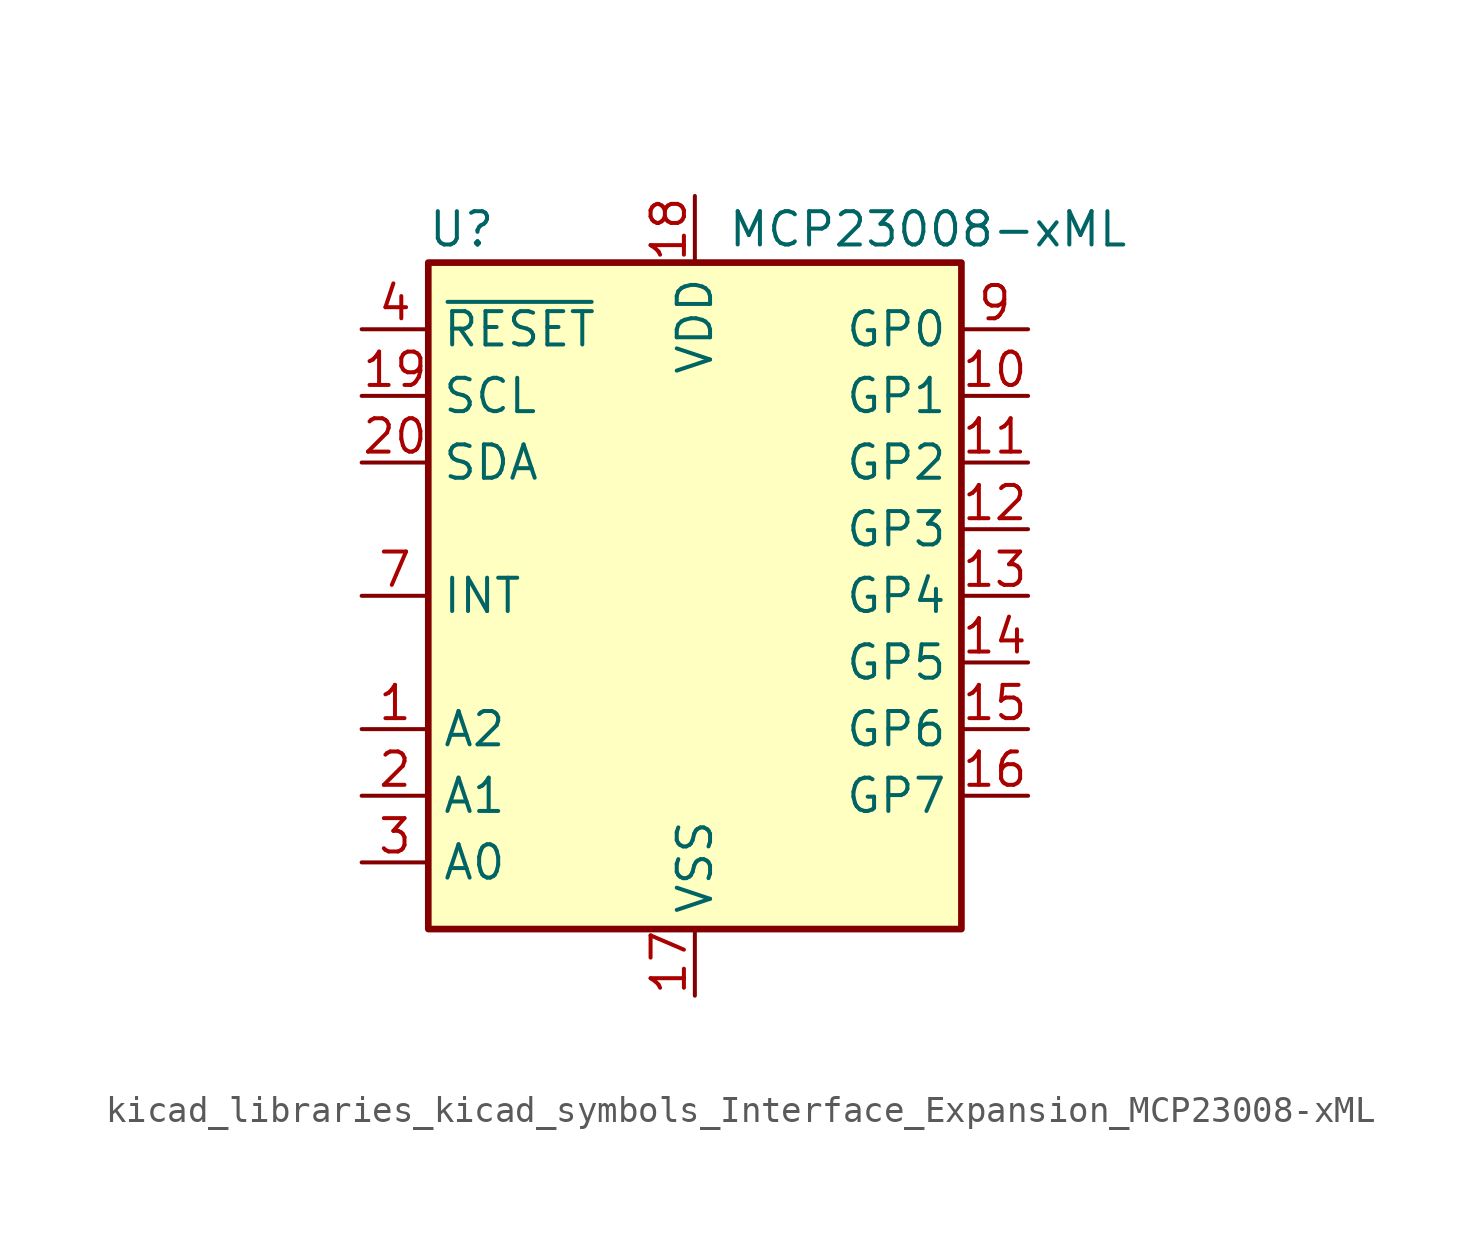
<source format=kicad_sym>
(kicad_symbol_lib
  (version 20220914)
  (generator kicad_symbol_editor)
  (symbol "kicad_libraries_kicad_symbols_Interface_Expansion_MCP23008-xML"
    (property "Reference" "U"
      (at -8.89 13.97 0)
      (effects (font (size 1.27 1.27))))
    (property "Value" "MCP23008-xML"
      (at 8.89 13.97 0)
      (effects (font (size 1.27 1.27))))
    (symbol "kicad_libraries_kicad_symbols_Interface_Expansion_MCP23008-xML_0_1"
      (rectangle (start -10.16 12.7) (end 10.16 -12.7) (stroke (width 0.254) (type default)) (fill (type background))))
    (symbol "kicad_libraries_kicad_symbols_Interface_Expansion_MCP23008-xML_1_1"
      (pin input line (at -12.7 -5.08 0) (length 2.54) (name "A2" (effects (font (size 1.27 1.27)))) (number "1" (effects (font (size 1.27 1.27)))))
      (pin bidirectional line (at 12.7 7.62 180) (length 2.54) (name "GP1" (effects (font (size 1.27 1.27)))) (number "10" (effects (font (size 1.27 1.27)))))
      (pin bidirectional line (at 12.7 5.08 180) (length 2.54) (name "GP2" (effects (font (size 1.27 1.27)))) (number "11" (effects (font (size 1.27 1.27)))))
      (pin bidirectional line (at 12.7 2.54 180) (length 2.54) (name "GP3" (effects (font (size 1.27 1.27)))) (number "12" (effects (font (size 1.27 1.27)))))
      (pin bidirectional line (at 12.7 0 180) (length 2.54) (name "GP4" (effects (font (size 1.27 1.27)))) (number "13" (effects (font (size 1.27 1.27)))))
      (pin bidirectional line (at 12.7 -2.54 180) (length 2.54) (name "GP5" (effects (font (size 1.27 1.27)))) (number "14" (effects (font (size 1.27 1.27)))))
      (pin bidirectional line (at 12.7 -5.08 180) (length 2.54) (name "GP6" (effects (font (size 1.27 1.27)))) (number "15" (effects (font (size 1.27 1.27)))))
      (pin bidirectional line (at 12.7 -7.62 180) (length 2.54) (name "GP7" (effects (font (size 1.27 1.27)))) (number "16" (effects (font (size 1.27 1.27)))))
      (pin power_in line (at 0 -15.24 90) (length 2.54) (name "VSS" (effects (font (size 1.27 1.27)))) (number "17" (effects (font (size 1.27 1.27)))))
      (pin power_in line (at 0 15.24 270) (length 2.54) (name "VDD" (effects (font (size 1.27 1.27)))) (number "18" (effects (font (size 1.27 1.27)))))
      (pin input line (at -12.7 7.62 0) (length 2.54) (name "SCL" (effects (font (size 1.27 1.27)))) (number "19" (effects (font (size 1.27 1.27)))))
      (pin input line (at -12.7 -7.62 0) (length 2.54) (name "A1" (effects (font (size 1.27 1.27)))) (number "2" (effects (font (size 1.27 1.27)))))
      (pin bidirectional line (at -12.7 5.08 0) (length 2.54) (name "SDA" (effects (font (size 1.27 1.27)))) (number "20" (effects (font (size 1.27 1.27)))))
      (pin input line (at -12.7 -10.16 0) (length 2.54) (name "A0" (effects (font (size 1.27 1.27)))) (number "3" (effects (font (size 1.27 1.27)))))
      (pin input line (at -12.7 10.16 0) (length 2.54) (name "~{RESET}" (effects (font (size 1.27 1.27)))) (number "4" (effects (font (size 1.27 1.27)))))
      (pin no_connect line (at -10.16 2.54 0) (length 2.54) hide (name "NC" (effects (font (size 1.27 1.27)))) (number "5" (effects (font (size 1.27 1.27)))))
      (pin no_connect line (at -10.16 -2.54 0) (length 2.54) hide (name "NC" (effects (font (size 1.27 1.27)))) (number "6" (effects (font (size 1.27 1.27)))))
      (pin output line (at -12.7 0 0) (length 2.54) (name "INT" (effects (font (size 1.27 1.27)))) (number "7" (effects (font (size 1.27 1.27)))) (alternate "INT" open_collector line))
      (pin no_connect line (at 10.16 -10.16 180) (length 2.54) hide (name "NC" (effects (font (size 1.27 1.27)))) (number "8" (effects (font (size 1.27 1.27)))))
      (pin bidirectional line (at 12.7 10.16 180) (length 2.54) (name "GP0" (effects (font (size 1.27 1.27)))) (number "9" (effects (font (size 1.27 1.27))))))))
</source>
